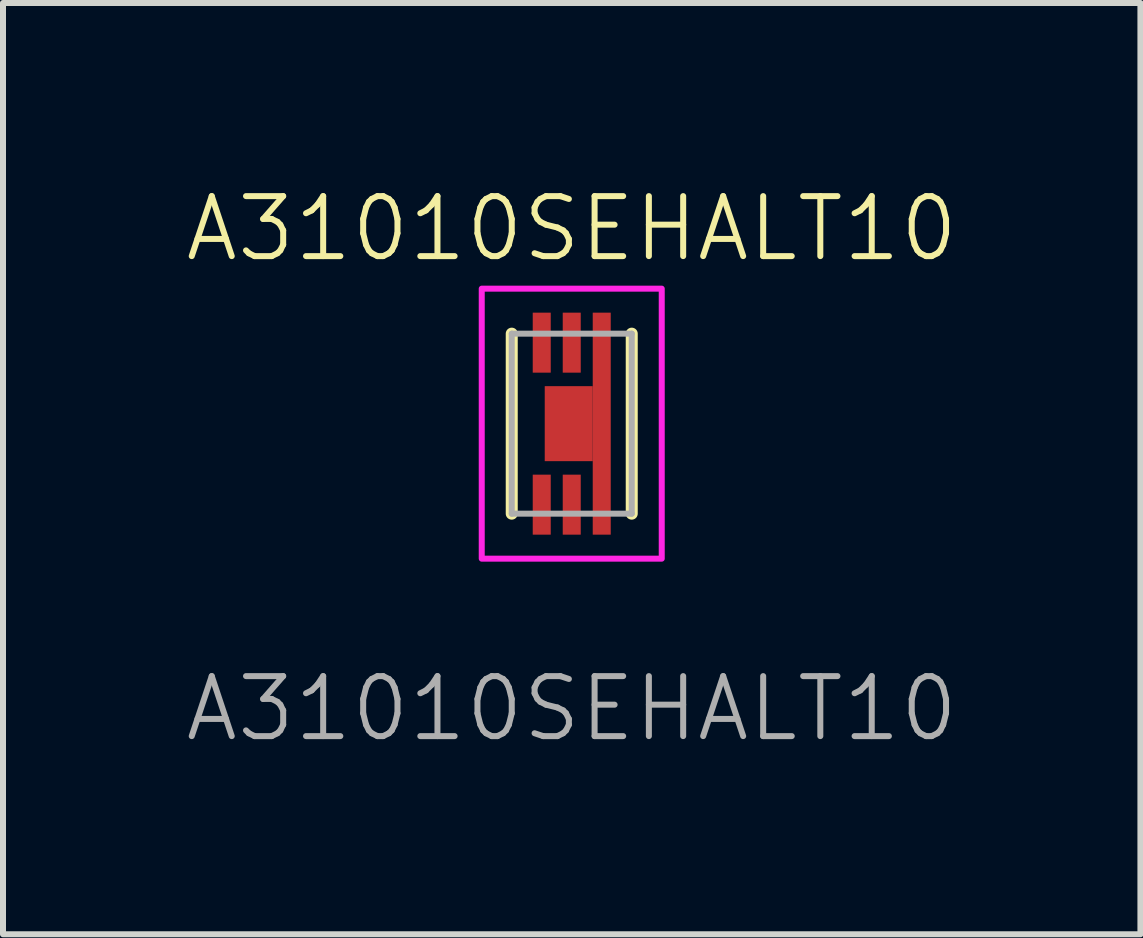
<source format=kicad_pcb>
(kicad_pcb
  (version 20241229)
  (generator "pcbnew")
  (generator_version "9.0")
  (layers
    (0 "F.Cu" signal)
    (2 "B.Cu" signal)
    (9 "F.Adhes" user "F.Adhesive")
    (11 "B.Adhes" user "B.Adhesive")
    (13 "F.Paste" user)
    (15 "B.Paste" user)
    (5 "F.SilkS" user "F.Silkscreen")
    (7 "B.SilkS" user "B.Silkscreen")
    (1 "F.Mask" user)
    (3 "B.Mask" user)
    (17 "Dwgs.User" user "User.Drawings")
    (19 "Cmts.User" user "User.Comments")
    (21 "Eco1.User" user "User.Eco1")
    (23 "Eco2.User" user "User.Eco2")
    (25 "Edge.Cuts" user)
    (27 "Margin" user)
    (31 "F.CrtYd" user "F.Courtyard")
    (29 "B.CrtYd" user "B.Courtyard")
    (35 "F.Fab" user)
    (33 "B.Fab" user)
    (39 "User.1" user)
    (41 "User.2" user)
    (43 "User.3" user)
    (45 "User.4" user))
  (footprint "A31010SEHALT10"
    (layer "F.Cu")
    (at 6.479 4.011)
    (property "Reference" "A31010SEHALT10" (at 0 -3.25 0) (layer "F.SilkS") (effects (font (size 1 1) (thickness 0.1))))
    (attr smd)
    (fp_line (start -1 -1.5) (end -1 1.5) (stroke (width 0.2) (type solid)) (layer "F.SilkS"))
    (fp_line (start 1 -1.5) (end 1 1.5) (stroke (width 0.2) (type solid)) (layer "F.SilkS"))
    (fp_rect (start -1.5 -2.25) (end 1.5 2.25) (stroke (width 0.1) (type default)) (fill no) (layer "F.CrtYd"))
    (fp_line (start -1 -1.5) (end -1 1.5) (stroke (width 0.1) (type solid)) (layer "F.Fab"))
    (fp_line (start -1 1.5) (end 1 1.5) (stroke (width 0.1) (type solid)) (layer "F.Fab"))
    (fp_line (start 1 -1.5) (end -1 -1.5) (stroke (width 0.1) (type solid)) (layer "F.Fab"))
    (fp_line (start 1 1.5) (end 1 -1.5) (stroke (width 0.1) (type solid)) (layer "F.Fab"))
    (fp_text user "${REFERENCE}" (at 0 4.75 0) (layer "F.Fab") (effects (font (size 1 1) (thickness 0.1))))
    (pad "" smd rect (at -0.222 -0.006) (size 0.442 1.219) (layers "F.Paste"))
    (pad "" smd rect (at 0.431 -0.006) (size 0.438 1.219) (layers "F.Paste"))
    (pad "" smd rect (at 0.5 -1.35) (size 0.3 1) (layers "F.Paste"))
    (pad "" smd rect (at 0.5 1.35) (size 0.3 1) (layers "F.Paste"))
    (pad "1" smd rect (at -0.5 1.35) (size 0.3 1) (layers "F.Cu" "F.Mask" "F.Paste"))
    (pad "2" smd rect (at 0 1.35) (size 0.3 1) (layers "F.Cu" "F.Mask" "F.Paste"))
    (pad "3" smd rect (at -0.05 0) (size 0.8 1.25) (layers "F.Cu" "F.Mask"))
    (pad "3" smd rect (at 0.5 0) (size 0.3 3.7) (layers "F.Cu" "F.Mask"))
    (pad "5" smd rect (at 0 -1.35) (size 0.3 1) (layers "F.Cu" "F.Mask" "F.Paste"))
    (pad "6" smd rect (at -0.5 -1.35) (size 0.3 1) (layers "F.Cu" "F.Mask" "F.Paste")))
  (gr_rect
    (start -3 -3)
    (end 15.957 12.521)
    (stroke (width 0.1) (type default))
    (fill no)
    (layer "Edge.Cuts")))
</source>
